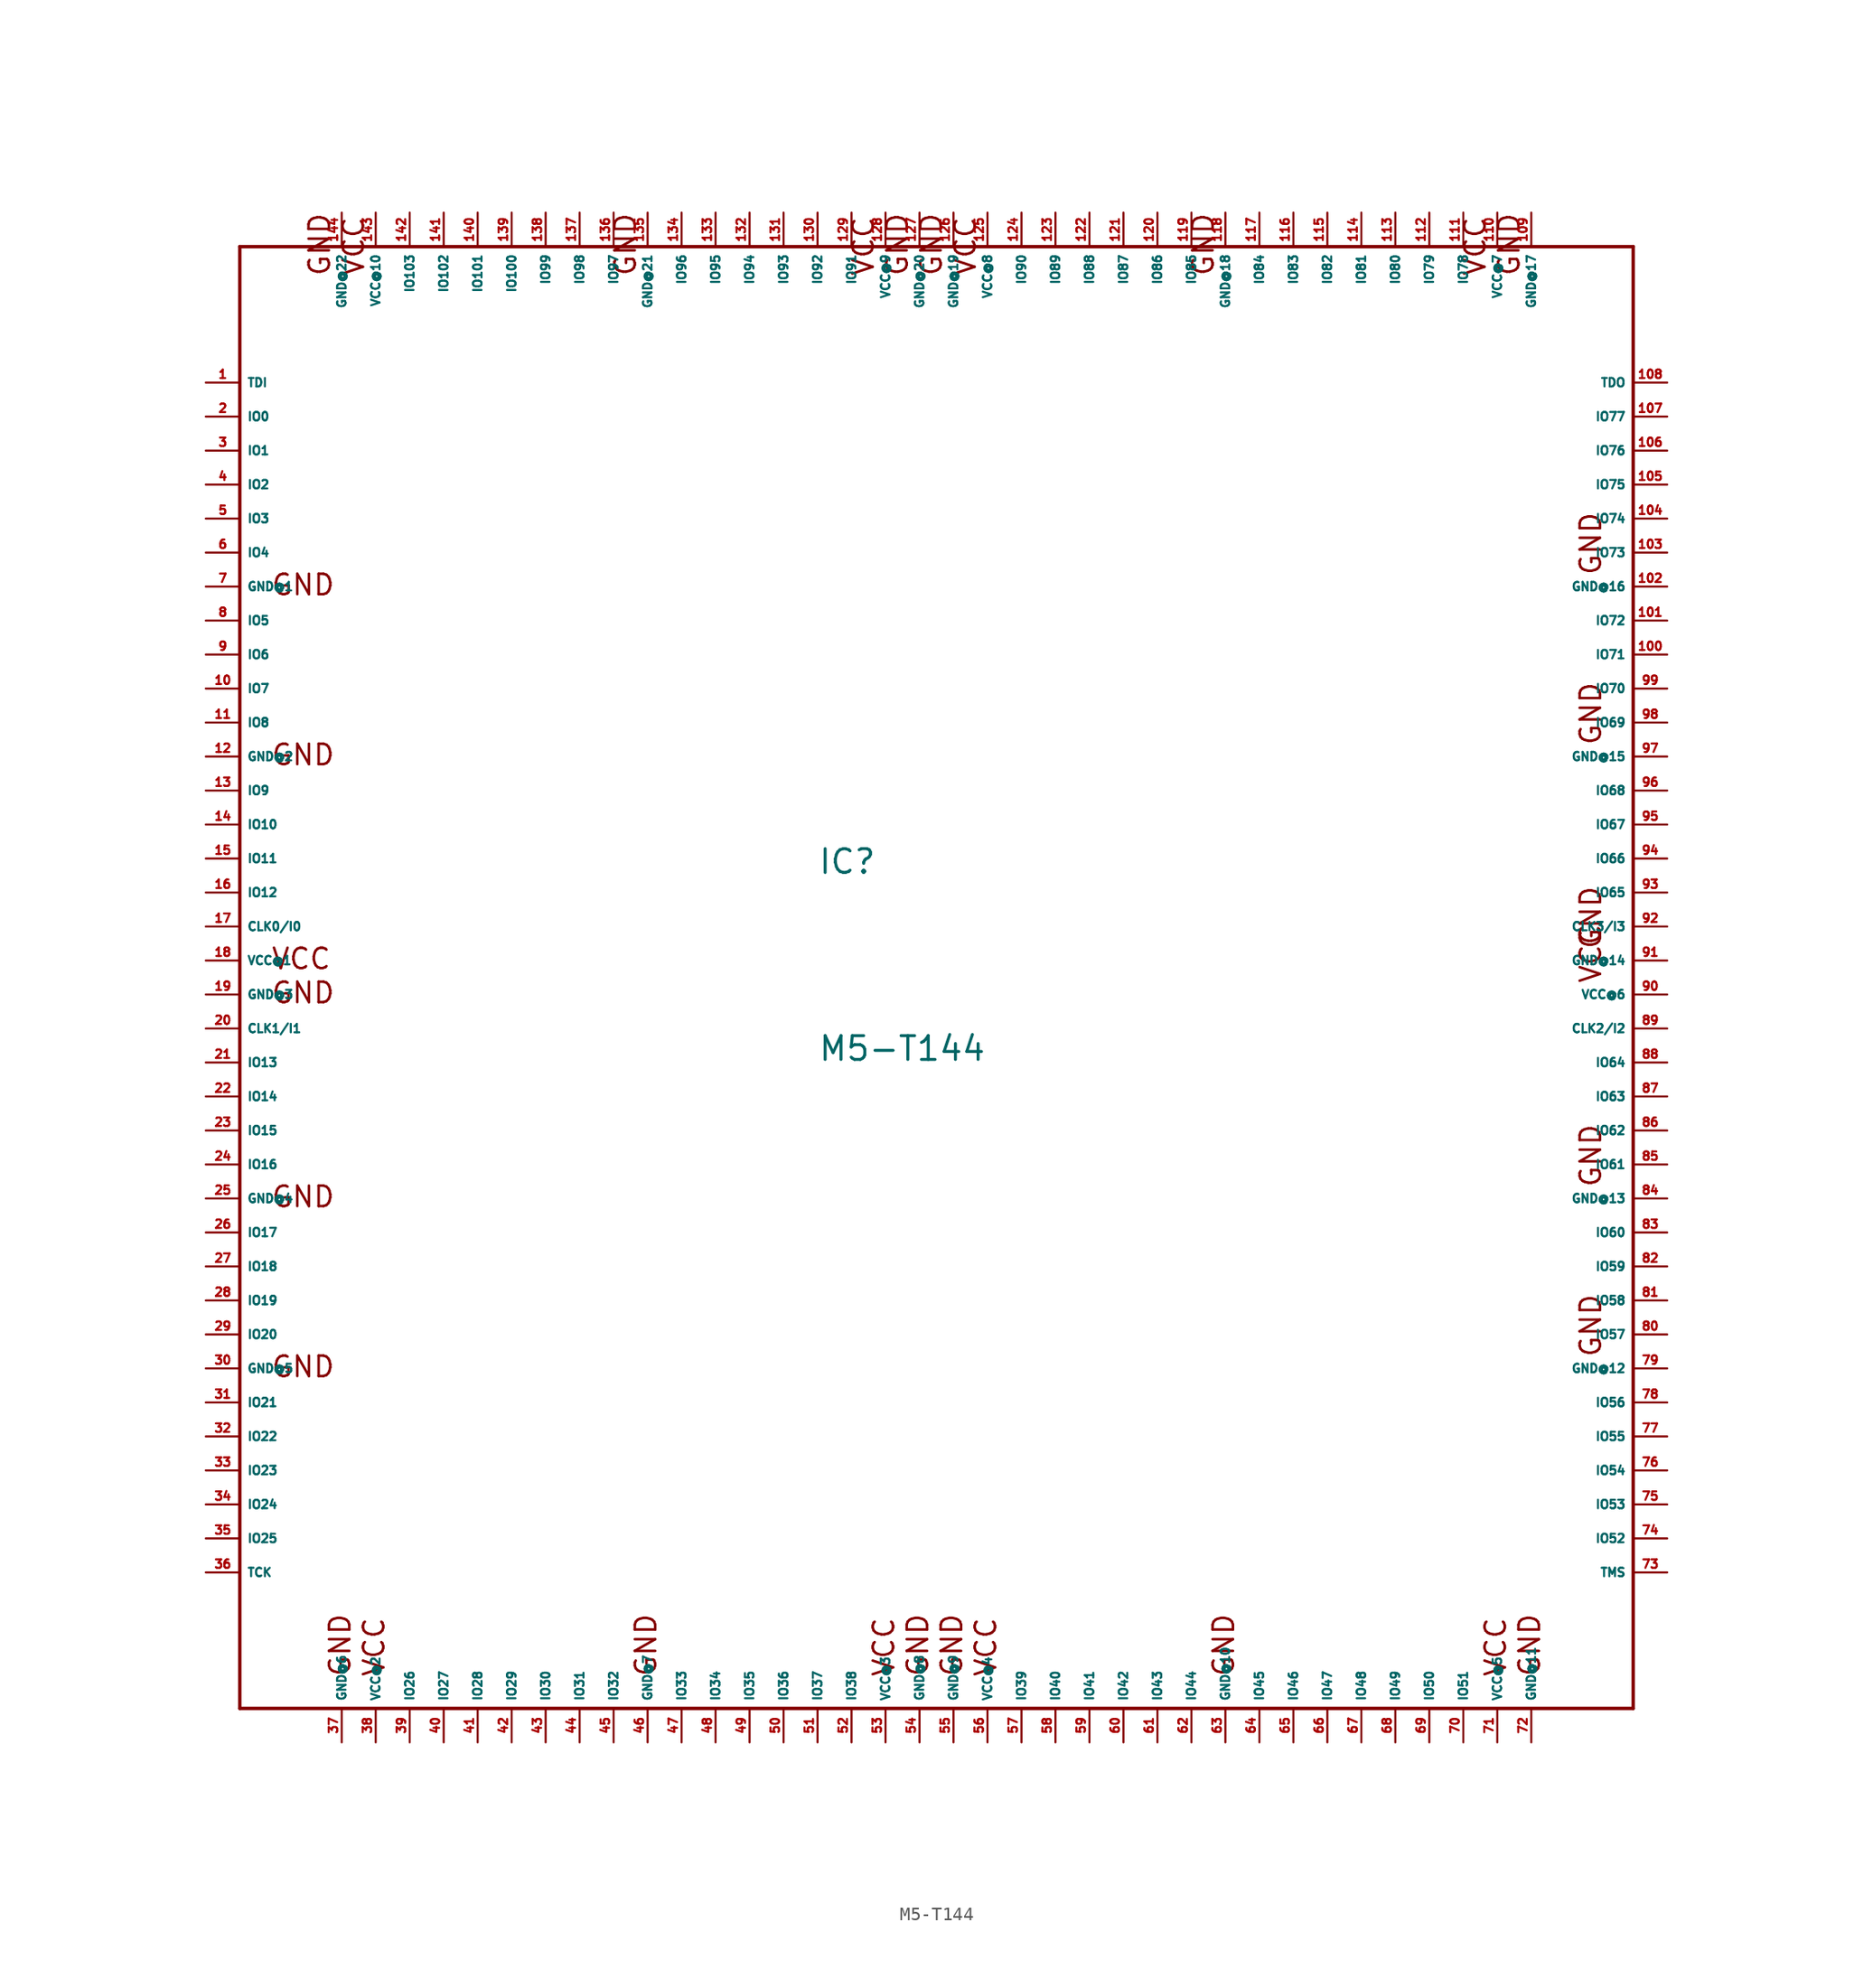
<source format=kicad_sym>
(kicad_symbol_lib
  (version 20220914)
  (generator Eagle2Kicad)
  (symbol "M5-T144"
    (property "Reference" "IC"
      (at -7.62 6.35 0)
      (effects (font (size 1.778 1.778) (thickness 0.22)) (justify left bottom)))
    (property "Value" "M5-T144"
      (at -7.62 -7.62 0)
      (effects (font (size 1.778 1.778) (thickness 0.22)) (justify left bottom)))
    (polyline
      (pts (xy -50.8 53.34) (xy -50.8 -55.88))
      (stroke (width 0.254) (type default))
      (fill (type none)))
    (polyline
      (pts (xy -50.8 -55.88) (xy 53.34 -55.88))
      (stroke (width 0.254) (type default))
      (fill (type none)))
    (polyline
      (pts (xy 53.34 -55.88) (xy 53.34 53.34))
      (stroke (width 0.254) (type default))
      (fill (type none)))
    (polyline
      (pts (xy 53.34 53.34) (xy -50.8 53.34))
      (stroke (width 0.254) (type default))
      (fill (type none)))
    (text "VCC"
      (at -48.514 -0.762 0)
      (effects (font (size 1.524 1.524) (thickness 0.19)) (justify left bottom)))
    (text "GND"
      (at -48.514 27.178 0)
      (effects (font (size 1.524 1.524) (thickness 0.19)) (justify left bottom)))
    (text "GND"
      (at -48.514 14.478 0)
      (effects (font (size 1.524 1.524) (thickness 0.19)) (justify left bottom)))
    (text "GND"
      (at -48.514 -3.302 0)
      (effects (font (size 1.524 1.524) (thickness 0.19)) (justify left bottom)))
    (text "GND"
      (at -48.514 -18.542 0)
      (effects (font (size 1.524 1.524) (thickness 0.19)) (justify left bottom)))
    (text "GND"
      (at -48.514 -31.242 0)
      (effects (font (size 1.524 1.524) (thickness 0.19)) (justify left bottom)))
    (text "GND"
      (at -42.418 -53.594 900)
      (effects (font (size 1.524 1.524) (thickness 0.19)) (justify left bottom)))
    (text "GND"
      (at -19.558 -53.594 900)
      (effects (font (size 1.524 1.524) (thickness 0.19)) (justify left bottom)))
    (text "GND"
      (at 0.762 -53.594 900)
      (effects (font (size 1.524 1.524) (thickness 0.19)) (justify left bottom)))
    (text "GND"
      (at 3.302 -53.594 900)
      (effects (font (size 1.524 1.524) (thickness 0.19)) (justify left bottom)))
    (text "GND"
      (at 23.622 -53.594 900)
      (effects (font (size 1.524 1.524) (thickness 0.19)) (justify left bottom)))
    (text "GND"
      (at 46.482 -53.594 900)
      (effects (font (size 1.524 1.524) (thickness 0.19)) (justify left bottom)))
    (text "GND"
      (at 51.054 -29.718 1800)
      (effects (font (size 1.524 1.524) (thickness 0.19)) (justify left bottom)))
    (text "GND"
      (at 51.054 -17.018 1800)
      (effects (font (size 1.524 1.524) (thickness 0.19)) (justify left bottom)))
    (text "GND"
      (at 51.054 0.762 1800)
      (effects (font (size 1.524 1.524) (thickness 0.19)) (justify left bottom)))
    (text "GND"
      (at 51.054 16.002 1800)
      (effects (font (size 1.524 1.524) (thickness 0.19)) (justify left bottom)))
    (text "GND"
      (at 51.054 28.702 1800)
      (effects (font (size 1.524 1.524) (thickness 0.19)) (justify left bottom)))
    (text "GND"
      (at 44.958 51.054 2700)
      (effects (font (size 1.524 1.524) (thickness 0.19)) (justify left bottom)))
    (text "GND"
      (at 22.098 51.054 2700)
      (effects (font (size 1.524 1.524) (thickness 0.19)) (justify left bottom)))
    (text "GND"
      (at 1.778 51.054 2700)
      (effects (font (size 1.524 1.524) (thickness 0.19)) (justify left bottom)))
    (text "GND"
      (at -0.762 51.054 2700)
      (effects (font (size 1.524 1.524) (thickness 0.19)) (justify left bottom)))
    (text "VCC"
      (at -39.878 -53.594 900)
      (effects (font (size 1.524 1.524) (thickness 0.19)) (justify left bottom)))
    (text "GND"
      (at -21.082 51.054 2700)
      (effects (font (size 1.524 1.524) (thickness 0.19)) (justify left bottom)))
    (text "VCC"
      (at -1.778 -53.594 900)
      (effects (font (size 1.524 1.524) (thickness 0.19)) (justify left bottom)))
    (text "VCC"
      (at 5.842 -53.594 900)
      (effects (font (size 1.524 1.524) (thickness 0.19)) (justify left bottom)))
    (text "VCC"
      (at 43.942 -53.594 900)
      (effects (font (size 1.524 1.524) (thickness 0.19)) (justify left bottom)))
    (text "VCC"
      (at 51.054 -1.778 1800)
      (effects (font (size 1.524 1.524) (thickness 0.19)) (justify left bottom)))
    (text "VCC"
      (at 42.418 51.054 2700)
      (effects (font (size 1.524 1.524) (thickness 0.19)) (justify left bottom)))
    (text "VCC"
      (at 4.318 51.054 2700)
      (effects (font (size 1.524 1.524) (thickness 0.19)) (justify left bottom)))
    (text "VCC"
      (at -3.302 51.054 2700)
      (effects (font (size 1.524 1.524) (thickness 0.19)) (justify left bottom)))
    (text "VCC"
      (at -41.402 51.054 2700)
      (effects (font (size 1.524 1.524) (thickness 0.19)) (justify left bottom)))
    (text "GND"
      (at -43.942 51.054 2700)
      (effects (font (size 1.524 1.524) (thickness 0.19)) (justify left bottom)))
    (pin input line
      (at -53.34 2.54 0)
      (length 2.54)
      (name "CLK0/I0" (effects (font (size 0.635 0.635) (thickness 0.08)) (justify left bottom)))
      (number "17" (effects (font (size 0.635 0.635) (thickness 0.08)) (justify left bottom))))
    (pin input line
      (at -53.34 -5.08 0)
      (length 2.54)
      (name "CLK1/I1" (effects (font (size 0.635 0.635) (thickness 0.08)) (justify left bottom)))
      (number "20" (effects (font (size 0.635 0.635) (thickness 0.08)) (justify left bottom))))
    (pin input line
      (at -53.34 43.18 0)
      (length 2.54)
      (name "TDI" (effects (font (size 0.635 0.635) (thickness 0.08)) (justify left bottom)))
      (number "1" (effects (font (size 0.635 0.635) (thickness 0.08)) (justify left bottom))))
    (pin input line
      (at -53.34 -45.72 0)
      (length 2.54)
      (name "TCK" (effects (font (size 0.635 0.635) (thickness 0.08)) (justify left bottom)))
      (number "36" (effects (font (size 0.635 0.635) (thickness 0.08)) (justify left bottom))))
    (pin input line
      (at 55.88 -45.72 180)
      (length 2.54)
      (name "TMS" (effects (font (size 0.635 0.635) (thickness 0.08)) (justify left bottom)))
      (number "73" (effects (font (size 0.635 0.635) (thickness 0.08)) (justify left bottom))))
    (pin output line
      (at 55.88 43.18 180)
      (length 2.54)
      (name "TDO" (effects (font (size 0.635 0.635) (thickness 0.08)) (justify left bottom)))
      (number "108" (effects (font (size 0.635 0.635) (thickness 0.08)) (justify left bottom))))
    (pin bidirectional line
      (at -53.34 40.64 0)
      (length 2.54)
      (name "IO0" (effects (font (size 0.635 0.635) (thickness 0.08)) (justify left bottom)))
      (number "2" (effects (font (size 0.635 0.635) (thickness 0.08)) (justify left bottom))))
    (pin bidirectional line
      (at -53.34 38.1 0)
      (length 2.54)
      (name "IO1" (effects (font (size 0.635 0.635) (thickness 0.08)) (justify left bottom)))
      (number "3" (effects (font (size 0.635 0.635) (thickness 0.08)) (justify left bottom))))
    (pin bidirectional line
      (at -53.34 35.56 0)
      (length 2.54)
      (name "IO2" (effects (font (size 0.635 0.635) (thickness 0.08)) (justify left bottom)))
      (number "4" (effects (font (size 0.635 0.635) (thickness 0.08)) (justify left bottom))))
    (pin bidirectional line
      (at -53.34 33.02 0)
      (length 2.54)
      (name "IO3" (effects (font (size 0.635 0.635) (thickness 0.08)) (justify left bottom)))
      (number "5" (effects (font (size 0.635 0.635) (thickness 0.08)) (justify left bottom))))
    (pin bidirectional line
      (at -53.34 30.48 0)
      (length 2.54)
      (name "IO4" (effects (font (size 0.635 0.635) (thickness 0.08)) (justify left bottom)))
      (number "6" (effects (font (size 0.635 0.635) (thickness 0.08)) (justify left bottom))))
    (pin bidirectional line
      (at -53.34 25.4 0)
      (length 2.54)
      (name "IO5" (effects (font (size 0.635 0.635) (thickness 0.08)) (justify left bottom)))
      (number "8" (effects (font (size 0.635 0.635) (thickness 0.08)) (justify left bottom))))
    (pin bidirectional line
      (at -53.34 22.86 0)
      (length 2.54)
      (name "IO6" (effects (font (size 0.635 0.635) (thickness 0.08)) (justify left bottom)))
      (number "9" (effects (font (size 0.635 0.635) (thickness 0.08)) (justify left bottom))))
    (pin bidirectional line
      (at -53.34 20.32 0)
      (length 2.54)
      (name "IO7" (effects (font (size 0.635 0.635) (thickness 0.08)) (justify left bottom)))
      (number "10" (effects (font (size 0.635 0.635) (thickness 0.08)) (justify left bottom))))
    (pin bidirectional line
      (at -53.34 17.78 0)
      (length 2.54)
      (name "IO8" (effects (font (size 0.635 0.635) (thickness 0.08)) (justify left bottom)))
      (number "11" (effects (font (size 0.635 0.635) (thickness 0.08)) (justify left bottom))))
    (pin bidirectional line
      (at -53.34 12.7 0)
      (length 2.54)
      (name "IO9" (effects (font (size 0.635 0.635) (thickness 0.08)) (justify left bottom)))
      (number "13" (effects (font (size 0.635 0.635) (thickness 0.08)) (justify left bottom))))
    (pin bidirectional line
      (at -53.34 10.16 0)
      (length 2.54)
      (name "IO10" (effects (font (size 0.635 0.635) (thickness 0.08)) (justify left bottom)))
      (number "14" (effects (font (size 0.635 0.635) (thickness 0.08)) (justify left bottom))))
    (pin bidirectional line
      (at -53.34 7.62 0)
      (length 2.54)
      (name "IO11" (effects (font (size 0.635 0.635) (thickness 0.08)) (justify left bottom)))
      (number "15" (effects (font (size 0.635 0.635) (thickness 0.08)) (justify left bottom))))
    (pin bidirectional line
      (at -53.34 5.08 0)
      (length 2.54)
      (name "IO12" (effects (font (size 0.635 0.635) (thickness 0.08)) (justify left bottom)))
      (number "16" (effects (font (size 0.635 0.635) (thickness 0.08)) (justify left bottom))))
    (pin bidirectional line
      (at -53.34 -7.62 0)
      (length 2.54)
      (name "IO13" (effects (font (size 0.635 0.635) (thickness 0.08)) (justify left bottom)))
      (number "21" (effects (font (size 0.635 0.635) (thickness 0.08)) (justify left bottom))))
    (pin bidirectional line
      (at -53.34 -10.16 0)
      (length 2.54)
      (name "IO14" (effects (font (size 0.635 0.635) (thickness 0.08)) (justify left bottom)))
      (number "22" (effects (font (size 0.635 0.635) (thickness 0.08)) (justify left bottom))))
    (pin bidirectional line
      (at -53.34 -12.7 0)
      (length 2.54)
      (name "IO15" (effects (font (size 0.635 0.635) (thickness 0.08)) (justify left bottom)))
      (number "23" (effects (font (size 0.635 0.635) (thickness 0.08)) (justify left bottom))))
    (pin bidirectional line
      (at -53.34 -15.24 0)
      (length 2.54)
      (name "IO16" (effects (font (size 0.635 0.635) (thickness 0.08)) (justify left bottom)))
      (number "24" (effects (font (size 0.635 0.635) (thickness 0.08)) (justify left bottom))))
    (pin bidirectional line
      (at -53.34 -20.32 0)
      (length 2.54)
      (name "IO17" (effects (font (size 0.635 0.635) (thickness 0.08)) (justify left bottom)))
      (number "26" (effects (font (size 0.635 0.635) (thickness 0.08)) (justify left bottom))))
    (pin bidirectional line
      (at -53.34 -22.86 0)
      (length 2.54)
      (name "IO18" (effects (font (size 0.635 0.635) (thickness 0.08)) (justify left bottom)))
      (number "27" (effects (font (size 0.635 0.635) (thickness 0.08)) (justify left bottom))))
    (pin bidirectional line
      (at -53.34 -25.4 0)
      (length 2.54)
      (name "IO19" (effects (font (size 0.635 0.635) (thickness 0.08)) (justify left bottom)))
      (number "28" (effects (font (size 0.635 0.635) (thickness 0.08)) (justify left bottom))))
    (pin bidirectional line
      (at -53.34 -27.94 0)
      (length 2.54)
      (name "IO20" (effects (font (size 0.635 0.635) (thickness 0.08)) (justify left bottom)))
      (number "29" (effects (font (size 0.635 0.635) (thickness 0.08)) (justify left bottom))))
    (pin bidirectional line
      (at -53.34 -33.02 0)
      (length 2.54)
      (name "IO21" (effects (font (size 0.635 0.635) (thickness 0.08)) (justify left bottom)))
      (number "31" (effects (font (size 0.635 0.635) (thickness 0.08)) (justify left bottom))))
    (pin bidirectional line
      (at -53.34 -35.56 0)
      (length 2.54)
      (name "IO22" (effects (font (size 0.635 0.635) (thickness 0.08)) (justify left bottom)))
      (number "32" (effects (font (size 0.635 0.635) (thickness 0.08)) (justify left bottom))))
    (pin bidirectional line
      (at -53.34 -38.1 0)
      (length 2.54)
      (name "IO23" (effects (font (size 0.635 0.635) (thickness 0.08)) (justify left bottom)))
      (number "33" (effects (font (size 0.635 0.635) (thickness 0.08)) (justify left bottom))))
    (pin bidirectional line
      (at -53.34 -40.64 0)
      (length 2.54)
      (name "IO24" (effects (font (size 0.635 0.635) (thickness 0.08)) (justify left bottom)))
      (number "34" (effects (font (size 0.635 0.635) (thickness 0.08)) (justify left bottom))))
    (pin bidirectional line
      (at -53.34 -43.18 0)
      (length 2.54)
      (name "IO25" (effects (font (size 0.635 0.635) (thickness 0.08)) (justify left bottom)))
      (number "35" (effects (font (size 0.635 0.635) (thickness 0.08)) (justify left bottom))))
    (pin bidirectional line
      (at -38.1 -58.42 90)
      (length 2.54)
      (name "IO26" (effects (font (size 0.635 0.635) (thickness 0.08)) (justify left bottom)))
      (number "39" (effects (font (size 0.635 0.635) (thickness 0.08)) (justify left bottom))))
    (pin bidirectional line
      (at -35.56 -58.42 90)
      (length 2.54)
      (name "IO27" (effects (font (size 0.635 0.635) (thickness 0.08)) (justify left bottom)))
      (number "40" (effects (font (size 0.635 0.635) (thickness 0.08)) (justify left bottom))))
    (pin bidirectional line
      (at -33.02 -58.42 90)
      (length 2.54)
      (name "IO28" (effects (font (size 0.635 0.635) (thickness 0.08)) (justify left bottom)))
      (number "41" (effects (font (size 0.635 0.635) (thickness 0.08)) (justify left bottom))))
    (pin bidirectional line
      (at -30.48 -58.42 90)
      (length 2.54)
      (name "IO29" (effects (font (size 0.635 0.635) (thickness 0.08)) (justify left bottom)))
      (number "42" (effects (font (size 0.635 0.635) (thickness 0.08)) (justify left bottom))))
    (pin bidirectional line
      (at -27.94 -58.42 90)
      (length 2.54)
      (name "IO30" (effects (font (size 0.635 0.635) (thickness 0.08)) (justify left bottom)))
      (number "43" (effects (font (size 0.635 0.635) (thickness 0.08)) (justify left bottom))))
    (pin bidirectional line
      (at -25.4 -58.42 90)
      (length 2.54)
      (name "IO31" (effects (font (size 0.635 0.635) (thickness 0.08)) (justify left bottom)))
      (number "44" (effects (font (size 0.635 0.635) (thickness 0.08)) (justify left bottom))))
    (pin bidirectional line
      (at -22.86 -58.42 90)
      (length 2.54)
      (name "IO32" (effects (font (size 0.635 0.635) (thickness 0.08)) (justify left bottom)))
      (number "45" (effects (font (size 0.635 0.635) (thickness 0.08)) (justify left bottom))))
    (pin bidirectional line
      (at -17.78 -58.42 90)
      (length 2.54)
      (name "IO33" (effects (font (size 0.635 0.635) (thickness 0.08)) (justify left bottom)))
      (number "47" (effects (font (size 0.635 0.635) (thickness 0.08)) (justify left bottom))))
    (pin bidirectional line
      (at -15.24 -58.42 90)
      (length 2.54)
      (name "IO34" (effects (font (size 0.635 0.635) (thickness 0.08)) (justify left bottom)))
      (number "48" (effects (font (size 0.635 0.635) (thickness 0.08)) (justify left bottom))))
    (pin bidirectional line
      (at -12.7 -58.42 90)
      (length 2.54)
      (name "IO35" (effects (font (size 0.635 0.635) (thickness 0.08)) (justify left bottom)))
      (number "49" (effects (font (size 0.635 0.635) (thickness 0.08)) (justify left bottom))))
    (pin input line
      (at 55.88 2.54 180)
      (length 2.54)
      (name "CLK3/I3" (effects (font (size 0.635 0.635) (thickness 0.08)) (justify left bottom)))
      (number "92" (effects (font (size 0.635 0.635) (thickness 0.08)) (justify left bottom))))
    (pin input line
      (at 55.88 -5.08 180)
      (length 2.54)
      (name "CLK2/I2" (effects (font (size 0.635 0.635) (thickness 0.08)) (justify left bottom)))
      (number "89" (effects (font (size 0.635 0.635) (thickness 0.08)) (justify left bottom))))
    (pin bidirectional line
      (at -10.16 -58.42 90)
      (length 2.54)
      (name "IO36" (effects (font (size 0.635 0.635) (thickness 0.08)) (justify left bottom)))
      (number "50" (effects (font (size 0.635 0.635) (thickness 0.08)) (justify left bottom))))
    (pin bidirectional line
      (at -7.62 -58.42 90)
      (length 2.54)
      (name "IO37" (effects (font (size 0.635 0.635) (thickness 0.08)) (justify left bottom)))
      (number "51" (effects (font (size 0.635 0.635) (thickness 0.08)) (justify left bottom))))
    (pin bidirectional line
      (at -5.08 -58.42 90)
      (length 2.54)
      (name "IO38" (effects (font (size 0.635 0.635) (thickness 0.08)) (justify left bottom)))
      (number "52" (effects (font (size 0.635 0.635) (thickness 0.08)) (justify left bottom))))
    (pin bidirectional line
      (at 7.62 -58.42 90)
      (length 2.54)
      (name "IO39" (effects (font (size 0.635 0.635) (thickness 0.08)) (justify left bottom)))
      (number "57" (effects (font (size 0.635 0.635) (thickness 0.08)) (justify left bottom))))
    (pin bidirectional line
      (at 10.16 -58.42 90)
      (length 2.54)
      (name "IO40" (effects (font (size 0.635 0.635) (thickness 0.08)) (justify left bottom)))
      (number "58" (effects (font (size 0.635 0.635) (thickness 0.08)) (justify left bottom))))
    (pin bidirectional line
      (at 12.7 -58.42 90)
      (length 2.54)
      (name "IO41" (effects (font (size 0.635 0.635) (thickness 0.08)) (justify left bottom)))
      (number "59" (effects (font (size 0.635 0.635) (thickness 0.08)) (justify left bottom))))
    (pin bidirectional line
      (at 15.24 -58.42 90)
      (length 2.54)
      (name "IO42" (effects (font (size 0.635 0.635) (thickness 0.08)) (justify left bottom)))
      (number "60" (effects (font (size 0.635 0.635) (thickness 0.08)) (justify left bottom))))
    (pin bidirectional line
      (at 17.78 -58.42 90)
      (length 2.54)
      (name "IO43" (effects (font (size 0.635 0.635) (thickness 0.08)) (justify left bottom)))
      (number "61" (effects (font (size 0.635 0.635) (thickness 0.08)) (justify left bottom))))
    (pin bidirectional line
      (at 20.32 -58.42 90)
      (length 2.54)
      (name "IO44" (effects (font (size 0.635 0.635) (thickness 0.08)) (justify left bottom)))
      (number "62" (effects (font (size 0.635 0.635) (thickness 0.08)) (justify left bottom))))
    (pin bidirectional line
      (at 25.4 -58.42 90)
      (length 2.54)
      (name "IO45" (effects (font (size 0.635 0.635) (thickness 0.08)) (justify left bottom)))
      (number "64" (effects (font (size 0.635 0.635) (thickness 0.08)) (justify left bottom))))
    (pin bidirectional line
      (at 27.94 -58.42 90)
      (length 2.54)
      (name "IO46" (effects (font (size 0.635 0.635) (thickness 0.08)) (justify left bottom)))
      (number "65" (effects (font (size 0.635 0.635) (thickness 0.08)) (justify left bottom))))
    (pin bidirectional line
      (at 30.48 -58.42 90)
      (length 2.54)
      (name "IO47" (effects (font (size 0.635 0.635) (thickness 0.08)) (justify left bottom)))
      (number "66" (effects (font (size 0.635 0.635) (thickness 0.08)) (justify left bottom))))
    (pin bidirectional line
      (at 33.02 -58.42 90)
      (length 2.54)
      (name "IO48" (effects (font (size 0.635 0.635) (thickness 0.08)) (justify left bottom)))
      (number "67" (effects (font (size 0.635 0.635) (thickness 0.08)) (justify left bottom))))
    (pin bidirectional line
      (at 35.56 -58.42 90)
      (length 2.54)
      (name "IO49" (effects (font (size 0.635 0.635) (thickness 0.08)) (justify left bottom)))
      (number "68" (effects (font (size 0.635 0.635) (thickness 0.08)) (justify left bottom))))
    (pin bidirectional line
      (at 38.1 -58.42 90)
      (length 2.54)
      (name "IO50" (effects (font (size 0.635 0.635) (thickness 0.08)) (justify left bottom)))
      (number "69" (effects (font (size 0.635 0.635) (thickness 0.08)) (justify left bottom))))
    (pin bidirectional line
      (at 40.64 -58.42 90)
      (length 2.54)
      (name "IO51" (effects (font (size 0.635 0.635) (thickness 0.08)) (justify left bottom)))
      (number "70" (effects (font (size 0.635 0.635) (thickness 0.08)) (justify left bottom))))
    (pin bidirectional line
      (at 55.88 -43.18 180)
      (length 2.54)
      (name "IO52" (effects (font (size 0.635 0.635) (thickness 0.08)) (justify left bottom)))
      (number "74" (effects (font (size 0.635 0.635) (thickness 0.08)) (justify left bottom))))
    (pin bidirectional line
      (at 55.88 -40.64 180)
      (length 2.54)
      (name "IO53" (effects (font (size 0.635 0.635) (thickness 0.08)) (justify left bottom)))
      (number "75" (effects (font (size 0.635 0.635) (thickness 0.08)) (justify left bottom))))
    (pin bidirectional line
      (at 55.88 -38.1 180)
      (length 2.54)
      (name "IO54" (effects (font (size 0.635 0.635) (thickness 0.08)) (justify left bottom)))
      (number "76" (effects (font (size 0.635 0.635) (thickness 0.08)) (justify left bottom))))
    (pin bidirectional line
      (at 55.88 -35.56 180)
      (length 2.54)
      (name "IO55" (effects (font (size 0.635 0.635) (thickness 0.08)) (justify left bottom)))
      (number "77" (effects (font (size 0.635 0.635) (thickness 0.08)) (justify left bottom))))
    (pin bidirectional line
      (at 55.88 -33.02 180)
      (length 2.54)
      (name "IO56" (effects (font (size 0.635 0.635) (thickness 0.08)) (justify left bottom)))
      (number "78" (effects (font (size 0.635 0.635) (thickness 0.08)) (justify left bottom))))
    (pin bidirectional line
      (at 55.88 -27.94 180)
      (length 2.54)
      (name "IO57" (effects (font (size 0.635 0.635) (thickness 0.08)) (justify left bottom)))
      (number "80" (effects (font (size 0.635 0.635) (thickness 0.08)) (justify left bottom))))
    (pin bidirectional line
      (at 55.88 -25.4 180)
      (length 2.54)
      (name "IO58" (effects (font (size 0.635 0.635) (thickness 0.08)) (justify left bottom)))
      (number "81" (effects (font (size 0.635 0.635) (thickness 0.08)) (justify left bottom))))
    (pin bidirectional line
      (at 55.88 -22.86 180)
      (length 2.54)
      (name "IO59" (effects (font (size 0.635 0.635) (thickness 0.08)) (justify left bottom)))
      (number "82" (effects (font (size 0.635 0.635) (thickness 0.08)) (justify left bottom))))
    (pin bidirectional line
      (at 55.88 -20.32 180)
      (length 2.54)
      (name "IO60" (effects (font (size 0.635 0.635) (thickness 0.08)) (justify left bottom)))
      (number "83" (effects (font (size 0.635 0.635) (thickness 0.08)) (justify left bottom))))
    (pin bidirectional line
      (at 55.88 -15.24 180)
      (length 2.54)
      (name "IO61" (effects (font (size 0.635 0.635) (thickness 0.08)) (justify left bottom)))
      (number "85" (effects (font (size 0.635 0.635) (thickness 0.08)) (justify left bottom))))
    (pin bidirectional line
      (at 55.88 -12.7 180)
      (length 2.54)
      (name "IO62" (effects (font (size 0.635 0.635) (thickness 0.08)) (justify left bottom)))
      (number "86" (effects (font (size 0.635 0.635) (thickness 0.08)) (justify left bottom))))
    (pin bidirectional line
      (at 55.88 -10.16 180)
      (length 2.54)
      (name "IO63" (effects (font (size 0.635 0.635) (thickness 0.08)) (justify left bottom)))
      (number "87" (effects (font (size 0.635 0.635) (thickness 0.08)) (justify left bottom))))
    (pin bidirectional line
      (at 55.88 -7.62 180)
      (length 2.54)
      (name "IO64" (effects (font (size 0.635 0.635) (thickness 0.08)) (justify left bottom)))
      (number "88" (effects (font (size 0.635 0.635) (thickness 0.08)) (justify left bottom))))
    (pin bidirectional line
      (at 55.88 5.08 180)
      (length 2.54)
      (name "IO65" (effects (font (size 0.635 0.635) (thickness 0.08)) (justify left bottom)))
      (number "93" (effects (font (size 0.635 0.635) (thickness 0.08)) (justify left bottom))))
    (pin bidirectional line
      (at 55.88 7.62 180)
      (length 2.54)
      (name "IO66" (effects (font (size 0.635 0.635) (thickness 0.08)) (justify left bottom)))
      (number "94" (effects (font (size 0.635 0.635) (thickness 0.08)) (justify left bottom))))
    (pin bidirectional line
      (at 55.88 10.16 180)
      (length 2.54)
      (name "IO67" (effects (font (size 0.635 0.635) (thickness 0.08)) (justify left bottom)))
      (number "95" (effects (font (size 0.635 0.635) (thickness 0.08)) (justify left bottom))))
    (pin bidirectional line
      (at 55.88 12.7 180)
      (length 2.54)
      (name "IO68" (effects (font (size 0.635 0.635) (thickness 0.08)) (justify left bottom)))
      (number "96" (effects (font (size 0.635 0.635) (thickness 0.08)) (justify left bottom))))
    (pin bidirectional line
      (at 55.88 17.78 180)
      (length 2.54)
      (name "IO69" (effects (font (size 0.635 0.635) (thickness 0.08)) (justify left bottom)))
      (number "98" (effects (font (size 0.635 0.635) (thickness 0.08)) (justify left bottom))))
    (pin bidirectional line
      (at 55.88 20.32 180)
      (length 2.54)
      (name "IO70" (effects (font (size 0.635 0.635) (thickness 0.08)) (justify left bottom)))
      (number "99" (effects (font (size 0.635 0.635) (thickness 0.08)) (justify left bottom))))
    (pin bidirectional line
      (at 55.88 22.86 180)
      (length 2.54)
      (name "IO71" (effects (font (size 0.635 0.635) (thickness 0.08)) (justify left bottom)))
      (number "100" (effects (font (size 0.635 0.635) (thickness 0.08)) (justify left bottom))))
    (pin bidirectional line
      (at 55.88 25.4 180)
      (length 2.54)
      (name "IO72" (effects (font (size 0.635 0.635) (thickness 0.08)) (justify left bottom)))
      (number "101" (effects (font (size 0.635 0.635) (thickness 0.08)) (justify left bottom))))
    (pin bidirectional line
      (at 55.88 30.48 180)
      (length 2.54)
      (name "IO73" (effects (font (size 0.635 0.635) (thickness 0.08)) (justify left bottom)))
      (number "103" (effects (font (size 0.635 0.635) (thickness 0.08)) (justify left bottom))))
    (pin unspecified line
      (at -53.34 0 0)
      (length 2.54)
      (name "VCC@1" (effects (font (size 0.635 0.635) (thickness 0.08)) (justify left bottom)))
      (number "18" (effects (font (size 0.635 0.635) (thickness 0.08)) (justify left bottom))))
    (pin unspecified line
      (at -53.34 27.94 0)
      (length 2.54)
      (name "GND@1" (effects (font (size 0.635 0.635) (thickness 0.08)) (justify left bottom)))
      (number "7" (effects (font (size 0.635 0.635) (thickness 0.08)) (justify left bottom))))
    (pin bidirectional line
      (at 55.88 33.02 180)
      (length 2.54)
      (name "IO74" (effects (font (size 0.635 0.635) (thickness 0.08)) (justify left bottom)))
      (number "104" (effects (font (size 0.635 0.635) (thickness 0.08)) (justify left bottom))))
    (pin bidirectional line
      (at 55.88 35.56 180)
      (length 2.54)
      (name "IO75" (effects (font (size 0.635 0.635) (thickness 0.08)) (justify left bottom)))
      (number "105" (effects (font (size 0.635 0.635) (thickness 0.08)) (justify left bottom))))
    (pin bidirectional line
      (at 55.88 38.1 180)
      (length 2.54)
      (name "IO76" (effects (font (size 0.635 0.635) (thickness 0.08)) (justify left bottom)))
      (number "106" (effects (font (size 0.635 0.635) (thickness 0.08)) (justify left bottom))))
    (pin bidirectional line
      (at 55.88 40.64 180)
      (length 2.54)
      (name "IO77" (effects (font (size 0.635 0.635) (thickness 0.08)) (justify left bottom)))
      (number "107" (effects (font (size 0.635 0.635) (thickness 0.08)) (justify left bottom))))
    (pin bidirectional line
      (at 40.64 55.88 270)
      (length 2.54)
      (name "IO78" (effects (font (size 0.635 0.635) (thickness 0.08)) (justify left bottom)))
      (number "111" (effects (font (size 0.635 0.635) (thickness 0.08)) (justify left bottom))))
    (pin bidirectional line
      (at 38.1 55.88 270)
      (length 2.54)
      (name "IO79" (effects (font (size 0.635 0.635) (thickness 0.08)) (justify left bottom)))
      (number "112" (effects (font (size 0.635 0.635) (thickness 0.08)) (justify left bottom))))
    (pin bidirectional line
      (at 35.56 55.88 270)
      (length 2.54)
      (name "IO80" (effects (font (size 0.635 0.635) (thickness 0.08)) (justify left bottom)))
      (number "113" (effects (font (size 0.635 0.635) (thickness 0.08)) (justify left bottom))))
    (pin bidirectional line
      (at 33.02 55.88 270)
      (length 2.54)
      (name "IO81" (effects (font (size 0.635 0.635) (thickness 0.08)) (justify left bottom)))
      (number "114" (effects (font (size 0.635 0.635) (thickness 0.08)) (justify left bottom))))
    (pin bidirectional line
      (at 30.48 55.88 270)
      (length 2.54)
      (name "IO82" (effects (font (size 0.635 0.635) (thickness 0.08)) (justify left bottom)))
      (number "115" (effects (font (size 0.635 0.635) (thickness 0.08)) (justify left bottom))))
    (pin bidirectional line
      (at 27.94 55.88 270)
      (length 2.54)
      (name "IO83" (effects (font (size 0.635 0.635) (thickness 0.08)) (justify left bottom)))
      (number "116" (effects (font (size 0.635 0.635) (thickness 0.08)) (justify left bottom))))
    (pin bidirectional line
      (at 25.4 55.88 270)
      (length 2.54)
      (name "IO84" (effects (font (size 0.635 0.635) (thickness 0.08)) (justify left bottom)))
      (number "117" (effects (font (size 0.635 0.635) (thickness 0.08)) (justify left bottom))))
    (pin bidirectional line
      (at 20.32 55.88 270)
      (length 2.54)
      (name "IO85" (effects (font (size 0.635 0.635) (thickness 0.08)) (justify left bottom)))
      (number "119" (effects (font (size 0.635 0.635) (thickness 0.08)) (justify left bottom))))
    (pin bidirectional line
      (at 17.78 55.88 270)
      (length 2.54)
      (name "IO86" (effects (font (size 0.635 0.635) (thickness 0.08)) (justify left bottom)))
      (number "120" (effects (font (size 0.635 0.635) (thickness 0.08)) (justify left bottom))))
    (pin bidirectional line
      (at 15.24 55.88 270)
      (length 2.54)
      (name "IO87" (effects (font (size 0.635 0.635) (thickness 0.08)) (justify left bottom)))
      (number "121" (effects (font (size 0.635 0.635) (thickness 0.08)) (justify left bottom))))
    (pin bidirectional line
      (at 12.7 55.88 270)
      (length 2.54)
      (name "IO88" (effects (font (size 0.635 0.635) (thickness 0.08)) (justify left bottom)))
      (number "122" (effects (font (size 0.635 0.635) (thickness 0.08)) (justify left bottom))))
    (pin bidirectional line
      (at 10.16 55.88 270)
      (length 2.54)
      (name "IO89" (effects (font (size 0.635 0.635) (thickness 0.08)) (justify left bottom)))
      (number "123" (effects (font (size 0.635 0.635) (thickness 0.08)) (justify left bottom))))
    (pin bidirectional line
      (at 7.62 55.88 270)
      (length 2.54)
      (name "IO90" (effects (font (size 0.635 0.635) (thickness 0.08)) (justify left bottom)))
      (number "124" (effects (font (size 0.635 0.635) (thickness 0.08)) (justify left bottom))))
    (pin bidirectional line
      (at -5.08 55.88 270)
      (length 2.54)
      (name "IO91" (effects (font (size 0.635 0.635) (thickness 0.08)) (justify left bottom)))
      (number "129" (effects (font (size 0.635 0.635) (thickness 0.08)) (justify left bottom))))
    (pin bidirectional line
      (at -7.62 55.88 270)
      (length 2.54)
      (name "IO92" (effects (font (size 0.635 0.635) (thickness 0.08)) (justify left bottom)))
      (number "130" (effects (font (size 0.635 0.635) (thickness 0.08)) (justify left bottom))))
    (pin bidirectional line
      (at -10.16 55.88 270)
      (length 2.54)
      (name "IO93" (effects (font (size 0.635 0.635) (thickness 0.08)) (justify left bottom)))
      (number "131" (effects (font (size 0.635 0.635) (thickness 0.08)) (justify left bottom))))
    (pin bidirectional line
      (at -12.7 55.88 270)
      (length 2.54)
      (name "IO94" (effects (font (size 0.635 0.635) (thickness 0.08)) (justify left bottom)))
      (number "132" (effects (font (size 0.635 0.635) (thickness 0.08)) (justify left bottom))))
    (pin bidirectional line
      (at -15.24 55.88 270)
      (length 2.54)
      (name "IO95" (effects (font (size 0.635 0.635) (thickness 0.08)) (justify left bottom)))
      (number "133" (effects (font (size 0.635 0.635) (thickness 0.08)) (justify left bottom))))
    (pin bidirectional line
      (at -17.78 55.88 270)
      (length 2.54)
      (name "IO96" (effects (font (size 0.635 0.635) (thickness 0.08)) (justify left bottom)))
      (number "134" (effects (font (size 0.635 0.635) (thickness 0.08)) (justify left bottom))))
    (pin bidirectional line
      (at -22.86 55.88 270)
      (length 2.54)
      (name "IO97" (effects (font (size 0.635 0.635) (thickness 0.08)) (justify left bottom)))
      (number "136" (effects (font (size 0.635 0.635) (thickness 0.08)) (justify left bottom))))
    (pin bidirectional line
      (at -25.4 55.88 270)
      (length 2.54)
      (name "IO98" (effects (font (size 0.635 0.635) (thickness 0.08)) (justify left bottom)))
      (number "137" (effects (font (size 0.635 0.635) (thickness 0.08)) (justify left bottom))))
    (pin bidirectional line
      (at -27.94 55.88 270)
      (length 2.54)
      (name "IO99" (effects (font (size 0.635 0.635) (thickness 0.08)) (justify left bottom)))
      (number "138" (effects (font (size 0.635 0.635) (thickness 0.08)) (justify left bottom))))
    (pin bidirectional line
      (at -30.48 55.88 270)
      (length 2.54)
      (name "IO100" (effects (font (size 0.635 0.635) (thickness 0.08)) (justify left bottom)))
      (number "139" (effects (font (size 0.635 0.635) (thickness 0.08)) (justify left bottom))))
    (pin bidirectional line
      (at -33.02 55.88 270)
      (length 2.54)
      (name "IO101" (effects (font (size 0.635 0.635) (thickness 0.08)) (justify left bottom)))
      (number "140" (effects (font (size 0.635 0.635) (thickness 0.08)) (justify left bottom))))
    (pin bidirectional line
      (at -35.56 55.88 270)
      (length 2.54)
      (name "IO102" (effects (font (size 0.635 0.635) (thickness 0.08)) (justify left bottom)))
      (number "141" (effects (font (size 0.635 0.635) (thickness 0.08)) (justify left bottom))))
    (pin bidirectional line
      (at -38.1 55.88 270)
      (length 2.54)
      (name "IO103" (effects (font (size 0.635 0.635) (thickness 0.08)) (justify left bottom)))
      (number "142" (effects (font (size 0.635 0.635) (thickness 0.08)) (justify left bottom))))
    (pin unspecified line
      (at -53.34 15.24 0)
      (length 2.54)
      (name "GND@2" (effects (font (size 0.635 0.635) (thickness 0.08)) (justify left bottom)))
      (number "12" (effects (font (size 0.635 0.635) (thickness 0.08)) (justify left bottom))))
    (pin unspecified line
      (at -53.34 -2.54 0)
      (length 2.54)
      (name "GND@3" (effects (font (size 0.635 0.635) (thickness 0.08)) (justify left bottom)))
      (number "19" (effects (font (size 0.635 0.635) (thickness 0.08)) (justify left bottom))))
    (pin unspecified line
      (at -53.34 -17.78 0)
      (length 2.54)
      (name "GND@4" (effects (font (size 0.635 0.635) (thickness 0.08)) (justify left bottom)))
      (number "25" (effects (font (size 0.635 0.635) (thickness 0.08)) (justify left bottom))))
    (pin unspecified line
      (at -53.34 -30.48 0)
      (length 2.54)
      (name "GND@5" (effects (font (size 0.635 0.635) (thickness 0.08)) (justify left bottom)))
      (number "30" (effects (font (size 0.635 0.635) (thickness 0.08)) (justify left bottom))))
    (pin unspecified line
      (at -43.18 -58.42 90)
      (length 2.54)
      (name "GND@6" (effects (font (size 0.635 0.635) (thickness 0.08)) (justify left bottom)))
      (number "37" (effects (font (size 0.635 0.635) (thickness 0.08)) (justify left bottom))))
    (pin unspecified line
      (at -20.32 -58.42 90)
      (length 2.54)
      (name "GND@7" (effects (font (size 0.635 0.635) (thickness 0.08)) (justify left bottom)))
      (number "46" (effects (font (size 0.635 0.635) (thickness 0.08)) (justify left bottom))))
    (pin unspecified line
      (at 0 -58.42 90)
      (length 2.54)
      (name "GND@8" (effects (font (size 0.635 0.635) (thickness 0.08)) (justify left bottom)))
      (number "54" (effects (font (size 0.635 0.635) (thickness 0.08)) (justify left bottom))))
    (pin unspecified line
      (at 2.54 -58.42 90)
      (length 2.54)
      (name "GND@9" (effects (font (size 0.635 0.635) (thickness 0.08)) (justify left bottom)))
      (number "55" (effects (font (size 0.635 0.635) (thickness 0.08)) (justify left bottom))))
    (pin unspecified line
      (at 22.86 -58.42 90)
      (length 2.54)
      (name "GND@10" (effects (font (size 0.635 0.635) (thickness 0.08)) (justify left bottom)))
      (number "63" (effects (font (size 0.635 0.635) (thickness 0.08)) (justify left bottom))))
    (pin unspecified line
      (at 45.72 -58.42 90)
      (length 2.54)
      (name "GND@11" (effects (font (size 0.635 0.635) (thickness 0.08)) (justify left bottom)))
      (number "72" (effects (font (size 0.635 0.635) (thickness 0.08)) (justify left bottom))))
    (pin unspecified line
      (at 55.88 -30.48 180)
      (length 2.54)
      (name "GND@12" (effects (font (size 0.635 0.635) (thickness 0.08)) (justify left bottom)))
      (number "79" (effects (font (size 0.635 0.635) (thickness 0.08)) (justify left bottom))))
    (pin unspecified line
      (at 55.88 -17.78 180)
      (length 2.54)
      (name "GND@13" (effects (font (size 0.635 0.635) (thickness 0.08)) (justify left bottom)))
      (number "84" (effects (font (size 0.635 0.635) (thickness 0.08)) (justify left bottom))))
    (pin unspecified line
      (at 55.88 0 180)
      (length 2.54)
      (name "GND@14" (effects (font (size 0.635 0.635) (thickness 0.08)) (justify left bottom)))
      (number "91" (effects (font (size 0.635 0.635) (thickness 0.08)) (justify left bottom))))
    (pin unspecified line
      (at 55.88 15.24 180)
      (length 2.54)
      (name "GND@15" (effects (font (size 0.635 0.635) (thickness 0.08)) (justify left bottom)))
      (number "97" (effects (font (size 0.635 0.635) (thickness 0.08)) (justify left bottom))))
    (pin unspecified line
      (at 55.88 27.94 180)
      (length 2.54)
      (name "GND@16" (effects (font (size 0.635 0.635) (thickness 0.08)) (justify left bottom)))
      (number "102" (effects (font (size 0.635 0.635) (thickness 0.08)) (justify left bottom))))
    (pin unspecified line
      (at 45.72 55.88 270)
      (length 2.54)
      (name "GND@17" (effects (font (size 0.635 0.635) (thickness 0.08)) (justify left bottom)))
      (number "109" (effects (font (size 0.635 0.635) (thickness 0.08)) (justify left bottom))))
    (pin unspecified line
      (at 22.86 55.88 270)
      (length 2.54)
      (name "GND@18" (effects (font (size 0.635 0.635) (thickness 0.08)) (justify left bottom)))
      (number "118" (effects (font (size 0.635 0.635) (thickness 0.08)) (justify left bottom))))
    (pin unspecified line
      (at 2.54 55.88 270)
      (length 2.54)
      (name "GND@19" (effects (font (size 0.635 0.635) (thickness 0.08)) (justify left bottom)))
      (number "126" (effects (font (size 0.635 0.635) (thickness 0.08)) (justify left bottom))))
    (pin unspecified line
      (at 0 55.88 270)
      (length 2.54)
      (name "GND@20" (effects (font (size 0.635 0.635) (thickness 0.08)) (justify left bottom)))
      (number "127" (effects (font (size 0.635 0.635) (thickness 0.08)) (justify left bottom))))
    (pin unspecified line
      (at -40.64 -58.42 90)
      (length 2.54)
      (name "VCC@2" (effects (font (size 0.635 0.635) (thickness 0.08)) (justify left bottom)))
      (number "38" (effects (font (size 0.635 0.635) (thickness 0.08)) (justify left bottom))))
    (pin unspecified line
      (at -20.32 55.88 270)
      (length 2.54)
      (name "GND@21" (effects (font (size 0.635 0.635) (thickness 0.08)) (justify left bottom)))
      (number "135" (effects (font (size 0.635 0.635) (thickness 0.08)) (justify left bottom))))
    (pin unspecified line
      (at -2.54 -58.42 90)
      (length 2.54)
      (name "VCC@3" (effects (font (size 0.635 0.635) (thickness 0.08)) (justify left bottom)))
      (number "53" (effects (font (size 0.635 0.635) (thickness 0.08)) (justify left bottom))))
    (pin unspecified line
      (at 5.08 -58.42 90)
      (length 2.54)
      (name "VCC@4" (effects (font (size 0.635 0.635) (thickness 0.08)) (justify left bottom)))
      (number "56" (effects (font (size 0.635 0.635) (thickness 0.08)) (justify left bottom))))
    (pin unspecified line
      (at 43.18 -58.42 90)
      (length 2.54)
      (name "VCC@5" (effects (font (size 0.635 0.635) (thickness 0.08)) (justify left bottom)))
      (number "71" (effects (font (size 0.635 0.635) (thickness 0.08)) (justify left bottom))))
    (pin unspecified line
      (at 55.88 -2.54 180)
      (length 2.54)
      (name "VCC@6" (effects (font (size 0.635 0.635) (thickness 0.08)) (justify left bottom)))
      (number "90" (effects (font (size 0.635 0.635) (thickness 0.08)) (justify left bottom))))
    (pin unspecified line
      (at 43.18 55.88 270)
      (length 2.54)
      (name "VCC@7" (effects (font (size 0.635 0.635) (thickness 0.08)) (justify left bottom)))
      (number "110" (effects (font (size 0.635 0.635) (thickness 0.08)) (justify left bottom))))
    (pin unspecified line
      (at 5.08 55.88 270)
      (length 2.54)
      (name "VCC@8" (effects (font (size 0.635 0.635) (thickness 0.08)) (justify left bottom)))
      (number "125" (effects (font (size 0.635 0.635) (thickness 0.08)) (justify left bottom))))
    (pin unspecified line
      (at -2.54 55.88 270)
      (length 2.54)
      (name "VCC@9" (effects (font (size 0.635 0.635) (thickness 0.08)) (justify left bottom)))
      (number "128" (effects (font (size 0.635 0.635) (thickness 0.08)) (justify left bottom))))
    (pin unspecified line
      (at -40.64 55.88 270)
      (length 2.54)
      (name "VCC@10" (effects (font (size 0.635 0.635) (thickness 0.08)) (justify left bottom)))
      (number "143" (effects (font (size 0.635 0.635) (thickness 0.08)) (justify left bottom))))
    (pin unspecified line
      (at -43.18 55.88 270)
      (length 2.54)
      (name "GND@22" (effects (font (size 0.635 0.635) (thickness 0.08)) (justify left bottom)))
      (number "144" (effects (font (size 0.635 0.635) (thickness 0.08)) (justify left bottom))))))
</source>
